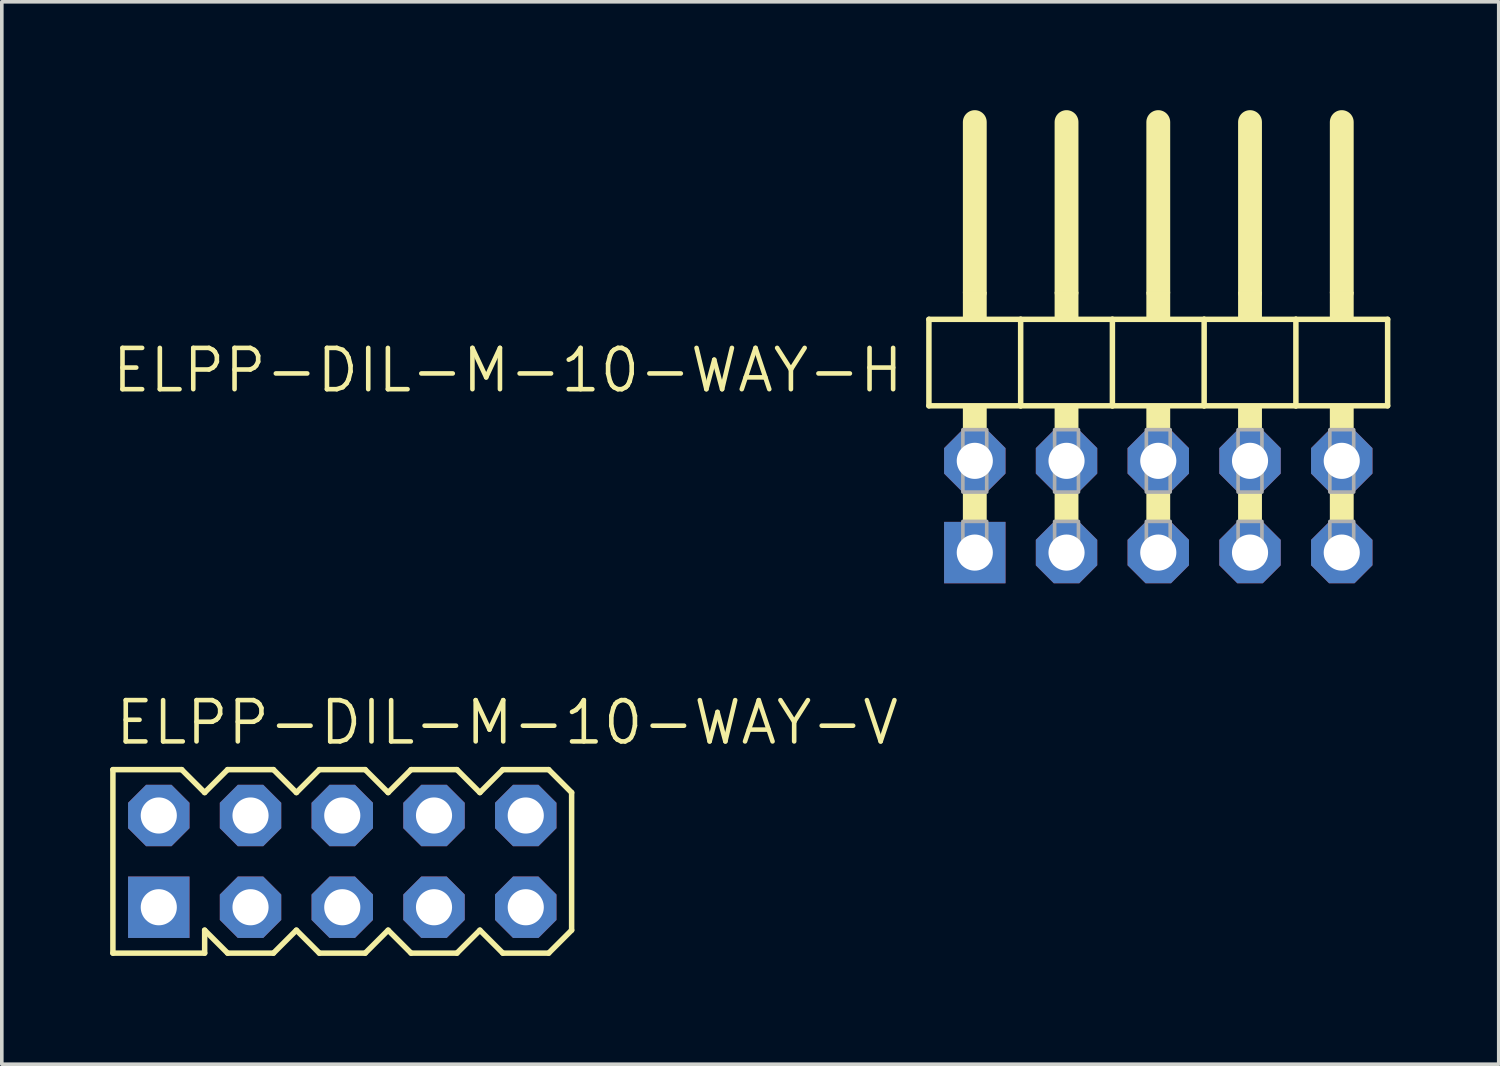
<source format=kicad_pcb>
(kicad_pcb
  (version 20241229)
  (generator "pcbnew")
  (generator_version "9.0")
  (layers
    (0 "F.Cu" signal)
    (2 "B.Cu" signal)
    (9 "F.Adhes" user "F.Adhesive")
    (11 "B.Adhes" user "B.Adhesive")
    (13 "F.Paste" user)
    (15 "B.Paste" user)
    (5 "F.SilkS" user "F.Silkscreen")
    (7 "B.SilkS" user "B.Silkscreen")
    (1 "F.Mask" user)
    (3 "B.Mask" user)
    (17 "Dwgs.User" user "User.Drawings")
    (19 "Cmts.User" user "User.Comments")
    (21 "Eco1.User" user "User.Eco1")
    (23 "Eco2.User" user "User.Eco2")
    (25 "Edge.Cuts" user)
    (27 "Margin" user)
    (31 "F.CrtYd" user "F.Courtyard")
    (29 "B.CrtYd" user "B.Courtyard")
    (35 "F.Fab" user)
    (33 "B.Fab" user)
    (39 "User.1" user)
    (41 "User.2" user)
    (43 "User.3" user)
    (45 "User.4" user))
  (footprint "ELPP-DIL-M-10-WAY-H"
    (layer "F.Cu")
    (at 29.018 10.979)
    (property "Reference" "ELPP-DIL-M-10-WAY-H" (at -6.985 -4.445 0) (unlocked yes) (layer "F.SilkS") (effects (font (size 1.143 1.143) (thickness 0.127)) (justify right top)))
    (fp_line (start -6.35 -5.188) (end -3.81 -5.188) (stroke (width 0.152) (type solid)) (layer "F.SilkS"))
    (fp_line (start -6.35 -2.794) (end -6.35 -5.188) (stroke (width 0.152) (type solid)) (layer "F.SilkS"))
    (fp_line (start -5.08 -5.95) (end -5.08 -10.649) (stroke (width 0.66) (type solid)) (layer "F.SilkS"))
    (fp_line (start -3.81 -5.188) (end -1.27 -5.188) (stroke (width 0.152) (type solid)) (layer "F.SilkS"))
    (fp_line (start -3.81 -2.794) (end -6.35 -2.794) (stroke (width 0.152) (type solid)) (layer "F.SilkS"))
    (fp_line (start -3.81 -2.794) (end -3.81 -5.188) (stroke (width 0.152) (type solid)) (layer "F.SilkS"))
    (fp_line (start -3.81 -2.794) (end -1.27 -2.794) (stroke (width 0.152) (type solid)) (layer "F.SilkS"))
    (fp_line (start -2.54 -5.95) (end -2.54 -10.649) (stroke (width 0.66) (type solid)) (layer "F.SilkS"))
    (fp_line (start -1.27 -5.188) (end 1.27 -5.188) (stroke (width 0.152) (type solid)) (layer "F.SilkS"))
    (fp_line (start -1.27 -2.794) (end -1.27 -5.188) (stroke (width 0.152) (type solid)) (layer "F.SilkS"))
    (fp_line (start 0 -5.95) (end 0 -10.649) (stroke (width 0.66) (type solid)) (layer "F.SilkS"))
    (fp_line (start 1.27 -5.188) (end 3.81 -5.188) (stroke (width 0.152) (type solid)) (layer "F.SilkS"))
    (fp_line (start 1.27 -2.794) (end -1.27 -2.794) (stroke (width 0.152) (type solid)) (layer "F.SilkS"))
    (fp_line (start 1.27 -2.794) (end 1.27 -5.188) (stroke (width 0.152) (type solid)) (layer "F.SilkS"))
    (fp_line (start 2.54 -5.95) (end 2.54 -10.649) (stroke (width 0.66) (type solid)) (layer "F.SilkS"))
    (fp_line (start 3.81 -5.188) (end 6.35 -5.188) (stroke (width 0.152) (type solid)) (layer "F.SilkS"))
    (fp_line (start 3.81 -2.794) (end 1.27 -2.794) (stroke (width 0.152) (type solid)) (layer "F.SilkS"))
    (fp_line (start 3.81 -2.794) (end 3.81 -5.188) (stroke (width 0.152) (type solid)) (layer "F.SilkS"))
    (fp_line (start 5.08 -5.95) (end 5.08 -10.649) (stroke (width 0.66) (type solid)) (layer "F.SilkS"))
    (fp_line (start 6.35 -2.794) (end 3.81 -2.794) (stroke (width 0.152) (type solid)) (layer "F.SilkS"))
    (fp_line (start 6.35 -2.794) (end 6.35 -5.188) (stroke (width 0.152) (type solid)) (layer "F.SilkS"))
    (fp_poly (pts (xy -5.41 -5.188) (xy -4.75 -5.188) (xy -4.75 -5.95) (xy -5.41 -5.95)) (stroke (width 0) (type default)) (fill yes) (layer "F.SilkS"))
    (fp_poly (pts (xy -5.41 -2.134) (xy -4.75 -2.134) (xy -4.75 -2.794) (xy -5.41 -2.794)) (stroke (width 0) (type default)) (fill yes) (layer "F.SilkS"))
    (fp_poly (pts (xy -5.41 0.406) (xy -4.75 0.406) (xy -4.75 -0.406) (xy -5.41 -0.406)) (stroke (width 0) (type default)) (fill yes) (layer "F.SilkS"))
    (fp_poly (pts (xy -2.87 -5.188) (xy -2.21 -5.188) (xy -2.21 -5.95) (xy -2.87 -5.95)) (stroke (width 0) (type default)) (fill yes) (layer "F.SilkS"))
    (fp_poly (pts (xy -2.87 -2.134) (xy -2.21 -2.134) (xy -2.21 -2.794) (xy -2.87 -2.794)) (stroke (width 0) (type default)) (fill yes) (layer "F.SilkS"))
    (fp_poly (pts (xy -2.87 0.406) (xy -2.21 0.406) (xy -2.21 -0.406) (xy -2.87 -0.406)) (stroke (width 0) (type default)) (fill yes) (layer "F.SilkS"))
    (fp_poly (pts (xy -0.33 -5.188) (xy 0.33 -5.188) (xy 0.33 -5.95) (xy -0.33 -5.95)) (stroke (width 0) (type default)) (fill yes) (layer "F.SilkS"))
    (fp_poly (pts (xy -0.33 -2.134) (xy 0.33 -2.134) (xy 0.33 -2.794) (xy -0.33 -2.794)) (stroke (width 0) (type default)) (fill yes) (layer "F.SilkS"))
    (fp_poly (pts (xy -0.33 0.406) (xy 0.33 0.406) (xy 0.33 -0.406) (xy -0.33 -0.406)) (stroke (width 0) (type default)) (fill yes) (layer "F.SilkS"))
    (fp_poly (pts (xy 2.21 -5.188) (xy 2.87 -5.188) (xy 2.87 -5.95) (xy 2.21 -5.95)) (stroke (width 0) (type default)) (fill yes) (layer "F.SilkS"))
    (fp_poly (pts (xy 2.21 -2.134) (xy 2.87 -2.134) (xy 2.87 -2.794) (xy 2.21 -2.794)) (stroke (width 0) (type default)) (fill yes) (layer "F.SilkS"))
    (fp_poly (pts (xy 2.21 0.406) (xy 2.87 0.406) (xy 2.87 -0.406) (xy 2.21 -0.406)) (stroke (width 0) (type default)) (fill yes) (layer "F.SilkS"))
    (fp_poly (pts (xy 4.75 -5.188) (xy 5.41 -5.188) (xy 5.41 -5.95) (xy 4.75 -5.95)) (stroke (width 0) (type default)) (fill yes) (layer "F.SilkS"))
    (fp_poly (pts (xy 4.75 -2.134) (xy 5.41 -2.134) (xy 5.41 -2.794) (xy 4.75 -2.794)) (stroke (width 0) (type default)) (fill yes) (layer "F.SilkS"))
    (fp_poly (pts (xy 4.75 0.406) (xy 5.41 0.406) (xy 5.41 -0.406) (xy 4.75 -0.406)) (stroke (width 0) (type default)) (fill yes) (layer "F.SilkS"))
    (fp_poly (pts (xy -5.41 -0.406) (xy -4.75 -0.406) (xy -4.75 -2.134) (xy -5.41 -2.134)) (stroke (width 0.1) (type default)) (fill no) (layer "F.Fab"))
    (fp_poly (pts (xy -5.41 1.575) (xy -4.75 1.575) (xy -4.75 0.406) (xy -5.41 0.406)) (stroke (width 0.1) (type default)) (fill no) (layer "F.Fab"))
    (fp_poly (pts (xy -2.87 -0.406) (xy -2.21 -0.406) (xy -2.21 -2.134) (xy -2.87 -2.134)) (stroke (width 0.1) (type default)) (fill no) (layer "F.Fab"))
    (fp_poly (pts (xy -2.87 1.575) (xy -2.21 1.575) (xy -2.21 0.406) (xy -2.87 0.406)) (stroke (width 0.1) (type default)) (fill no) (layer "F.Fab"))
    (fp_poly (pts (xy -0.33 -0.406) (xy 0.33 -0.406) (xy 0.33 -2.134) (xy -0.33 -2.134)) (stroke (width 0.1) (type default)) (fill no) (layer "F.Fab"))
    (fp_poly (pts (xy -0.33 1.575) (xy 0.33 1.575) (xy 0.33 0.406) (xy -0.33 0.406)) (stroke (width 0.1) (type default)) (fill no) (layer "F.Fab"))
    (fp_poly (pts (xy 2.21 -0.406) (xy 2.87 -0.406) (xy 2.87 -2.134) (xy 2.21 -2.134)) (stroke (width 0.1) (type default)) (fill no) (layer "F.Fab"))
    (fp_poly (pts (xy 2.21 1.575) (xy 2.87 1.575) (xy 2.87 0.406) (xy 2.21 0.406)) (stroke (width 0.1) (type default)) (fill no) (layer "F.Fab"))
    (fp_poly (pts (xy 4.75 -0.406) (xy 5.41 -0.406) (xy 5.41 -2.134) (xy 4.75 -2.134)) (stroke (width 0.1) (type default)) (fill no) (layer "F.Fab"))
    (fp_poly (pts (xy 4.75 1.575) (xy 5.41 1.575) (xy 5.41 0.406) (xy 4.75 0.406)) (stroke (width 0.1) (type default)) (fill no) (layer "F.Fab"))
    (pad "1" thru_hole rect (at -5.08 1.27) (size 1.7 1.7) (drill 1) (layers "*.Cu" "*.Mask"))
    (pad "2" thru_hole roundrect (at -5.08 -1.27) (size 1.7 1.7) (drill 1) (layers "*.Cu" "*.Mask") (roundrect_rratio 0.25) (chamfer_ratio 0.293) (chamfer top_left top_right bottom_left bottom_right))
    (pad "3" thru_hole roundrect (at -2.54 1.27) (size 1.7 1.7) (drill 1) (layers "*.Cu" "*.Mask") (roundrect_rratio 0.25) (chamfer_ratio 0.293) (chamfer top_left top_right bottom_left bottom_right))
    (pad "4" thru_hole roundrect (at -2.54 -1.27) (size 1.7 1.7) (drill 1) (layers "*.Cu" "*.Mask") (roundrect_rratio 0.25) (chamfer_ratio 0.293) (chamfer top_left top_right bottom_left bottom_right))
    (pad "5" thru_hole roundrect (at 0 1.27) (size 1.7 1.7) (drill 1) (layers "*.Cu" "*.Mask") (roundrect_rratio 0.25) (chamfer_ratio 0.293) (chamfer top_left top_right bottom_left bottom_right))
    (pad "6" thru_hole roundrect (at 0 -1.27) (size 1.7 1.7) (drill 1) (layers "*.Cu" "*.Mask") (roundrect_rratio 0.25) (chamfer_ratio 0.293) (chamfer top_left top_right bottom_left bottom_right))
    (pad "7" thru_hole roundrect (at 2.54 1.27) (size 1.7 1.7) (drill 1) (layers "*.Cu" "*.Mask") (roundrect_rratio 0.25) (chamfer_ratio 0.293) (chamfer top_left top_right bottom_left bottom_right))
    (pad "8" thru_hole roundrect (at 2.54 -1.27) (size 1.7 1.7) (drill 1) (layers "*.Cu" "*.Mask") (roundrect_rratio 0.25) (chamfer_ratio 0.293) (chamfer top_left top_right bottom_left bottom_right))
    (pad "9" thru_hole roundrect (at 5.08 1.27) (size 1.7 1.7) (drill 1) (layers "*.Cu" "*.Mask") (roundrect_rratio 0.25) (chamfer_ratio 0.293) (chamfer top_left top_right bottom_left bottom_right))
    (pad "10" thru_hole roundrect (at 5.08 -1.27) (size 1.7 1.7) (drill 1) (layers "*.Cu" "*.Mask") (roundrect_rratio 0.25) (chamfer_ratio 0.293) (chamfer top_left top_right bottom_left bottom_right)))
  (footprint "ELPP-DIL-M-10-WAY-V"
    (layer "F.Cu")
    (at 6.426 20.798)
    (property "Reference" "ELPP-DIL-M-10-WAY-V" (at -6.35 -3.175 0) (unlocked yes) (layer "F.SilkS") (effects (font (size 1.143 1.143) (thickness 0.127)) (justify left bottom)))
    (fp_line (start -6.35 -2.54) (end -4.445 -2.54) (stroke (width 0.152) (type solid)) (layer "F.SilkS"))
    (fp_line (start -6.35 2.54) (end -6.35 -2.54) (stroke (width 0.152) (type solid)) (layer "F.SilkS"))
    (fp_line (start -6.35 2.54) (end -3.81 2.54) (stroke (width 0.152) (type solid)) (layer "F.SilkS"))
    (fp_line (start -4.445 -2.54) (end -3.81 -1.905) (stroke (width 0.152) (type solid)) (layer "F.SilkS"))
    (fp_line (start -3.81 -1.905) (end -3.175 -2.54) (stroke (width 0.152) (type solid)) (layer "F.SilkS"))
    (fp_line (start -3.81 2.54) (end -3.81 1.905) (stroke (width 0.152) (type solid)) (layer "F.SilkS"))
    (fp_line (start -3.175 -2.54) (end -1.905 -2.54) (stroke (width 0.152) (type solid)) (layer "F.SilkS"))
    (fp_line (start -3.175 2.54) (end -3.81 1.905) (stroke (width 0.152) (type solid)) (layer "F.SilkS"))
    (fp_line (start -1.905 -2.54) (end -1.27 -1.905) (stroke (width 0.152) (type solid)) (layer "F.SilkS"))
    (fp_line (start -1.905 2.54) (end -3.175 2.54) (stroke (width 0.152) (type solid)) (layer "F.SilkS"))
    (fp_line (start -1.27 -1.905) (end -0.635 -2.54) (stroke (width 0.152) (type solid)) (layer "F.SilkS"))
    (fp_line (start -1.27 1.905) (end -1.905 2.54) (stroke (width 0.152) (type solid)) (layer "F.SilkS"))
    (fp_line (start -0.635 -2.54) (end 0.635 -2.54) (stroke (width 0.152) (type solid)) (layer "F.SilkS"))
    (fp_line (start -0.635 2.54) (end -1.27 1.905) (stroke (width 0.152) (type solid)) (layer "F.SilkS"))
    (fp_line (start 0.635 -2.54) (end 1.27 -1.905) (stroke (width 0.152) (type solid)) (layer "F.SilkS"))
    (fp_line (start 0.635 2.54) (end -0.635 2.54) (stroke (width 0.152) (type solid)) (layer "F.SilkS"))
    (fp_line (start 1.27 1.905) (end 0.635 2.54) (stroke (width 0.152) (type solid)) (layer "F.SilkS"))
    (fp_line (start 1.27 1.905) (end 1.905 2.54) (stroke (width 0.152) (type solid)) (layer "F.SilkS"))
    (fp_line (start 1.905 -2.54) (end 1.27 -1.905) (stroke (width 0.152) (type solid)) (layer "F.SilkS"))
    (fp_line (start 1.905 -2.54) (end 3.175 -2.54) (stroke (width 0.152) (type solid)) (layer "F.SilkS"))
    (fp_line (start 3.175 -2.54) (end 3.81 -1.905) (stroke (width 0.152) (type solid)) (layer "F.SilkS"))
    (fp_line (start 3.175 2.54) (end 1.905 2.54) (stroke (width 0.152) (type solid)) (layer "F.SilkS"))
    (fp_line (start 3.81 -1.905) (end 4.445 -2.54) (stroke (width 0.152) (type solid)) (layer "F.SilkS"))
    (fp_line (start 3.81 1.905) (end 3.175 2.54) (stroke (width 0.152) (type solid)) (layer "F.SilkS"))
    (fp_line (start 4.445 -2.54) (end 5.715 -2.54) (stroke (width 0.152) (type solid)) (layer "F.SilkS"))
    (fp_line (start 4.445 2.54) (end 3.81 1.905) (stroke (width 0.152) (type solid)) (layer "F.SilkS"))
    (fp_line (start 5.715 -2.54) (end 6.35 -1.905) (stroke (width 0.152) (type solid)) (layer "F.SilkS"))
    (fp_line (start 5.715 2.54) (end 4.445 2.54) (stroke (width 0.152) (type solid)) (layer "F.SilkS"))
    (fp_line (start 6.35 1.905) (end 5.715 2.54) (stroke (width 0.152) (type solid)) (layer "F.SilkS"))
    (fp_line (start 6.35 1.905) (end 6.35 -1.905) (stroke (width 0.152) (type solid)) (layer "F.SilkS"))
    (fp_poly (pts (xy -5.334 -1.016) (xy -4.826 -1.016) (xy -4.826 -1.524) (xy -5.334 -1.524)) (stroke (width 0.1) (type default)) (fill no) (layer "F.Fab"))
    (fp_poly (pts (xy -5.334 1.524) (xy -4.826 1.524) (xy -4.826 1.016) (xy -5.334 1.016)) (stroke (width 0.1) (type default)) (fill no) (layer "F.Fab"))
    (fp_poly (pts (xy -2.794 -1.016) (xy -2.286 -1.016) (xy -2.286 -1.524) (xy -2.794 -1.524)) (stroke (width 0.1) (type default)) (fill no) (layer "F.Fab"))
    (fp_poly (pts (xy -2.794 1.524) (xy -2.286 1.524) (xy -2.286 1.016) (xy -2.794 1.016)) (stroke (width 0.1) (type default)) (fill no) (layer "F.Fab"))
    (fp_poly (pts (xy -0.254 -1.016) (xy 0.254 -1.016) (xy 0.254 -1.524) (xy -0.254 -1.524)) (stroke (width 0.1) (type default)) (fill no) (layer "F.Fab"))
    (fp_poly (pts (xy -0.254 1.524) (xy 0.254 1.524) (xy 0.254 1.016) (xy -0.254 1.016)) (stroke (width 0.1) (type default)) (fill no) (layer "F.Fab"))
    (fp_poly (pts (xy 2.286 -1.016) (xy 2.794 -1.016) (xy 2.794 -1.524) (xy 2.286 -1.524)) (stroke (width 0.1) (type default)) (fill no) (layer "F.Fab"))
    (fp_poly (pts (xy 2.286 1.524) (xy 2.794 1.524) (xy 2.794 1.016) (xy 2.286 1.016)) (stroke (width 0.1) (type default)) (fill no) (layer "F.Fab"))
    (fp_poly (pts (xy 4.826 -1.016) (xy 5.334 -1.016) (xy 5.334 -1.524) (xy 4.826 -1.524)) (stroke (width 0.1) (type default)) (fill no) (layer "F.Fab"))
    (fp_poly (pts (xy 4.826 1.524) (xy 5.334 1.524) (xy 5.334 1.016) (xy 4.826 1.016)) (stroke (width 0.1) (type default)) (fill no) (layer "F.Fab"))
    (pad "1" thru_hole rect (at -5.08 1.27 90) (size 1.7 1.7) (drill 1) (layers "*.Cu" "*.Mask"))
    (pad "2" thru_hole roundrect (at -5.08 -1.27 90) (size 1.7 1.7) (drill 1) (layers "*.Cu" "*.Mask") (roundrect_rratio 0.25) (chamfer_ratio 0.293) (chamfer top_left top_right bottom_left bottom_right))
    (pad "3" thru_hole roundrect (at -2.54 1.27 90) (size 1.7 1.7) (drill 1) (layers "*.Cu" "*.Mask") (roundrect_rratio 0.25) (chamfer_ratio 0.293) (chamfer top_left top_right bottom_left bottom_right))
    (pad "4" thru_hole roundrect (at -2.54 -1.27 90) (size 1.7 1.7) (drill 1) (layers "*.Cu" "*.Mask") (roundrect_rratio 0.25) (chamfer_ratio 0.293) (chamfer top_left top_right bottom_left bottom_right))
    (pad "5" thru_hole roundrect (at 0 1.27 90) (size 1.7 1.7) (drill 1) (layers "*.Cu" "*.Mask") (roundrect_rratio 0.25) (chamfer_ratio 0.293) (chamfer top_left top_right bottom_left bottom_right))
    (pad "6" thru_hole roundrect (at 0 -1.27 90) (size 1.7 1.7) (drill 1) (layers "*.Cu" "*.Mask") (roundrect_rratio 0.25) (chamfer_ratio 0.293) (chamfer top_left top_right bottom_left bottom_right))
    (pad "7" thru_hole roundrect (at 2.54 1.27 90) (size 1.7 1.7) (drill 1) (layers "*.Cu" "*.Mask") (roundrect_rratio 0.25) (chamfer_ratio 0.293) (chamfer top_left top_right bottom_left bottom_right))
    (pad "8" thru_hole roundrect (at 2.54 -1.27 90) (size 1.7 1.7) (drill 1) (layers "*.Cu" "*.Mask") (roundrect_rratio 0.25) (chamfer_ratio 0.293) (chamfer top_left top_right bottom_left bottom_right))
    (pad "9" thru_hole roundrect (at 5.08 1.27 90) (size 1.7 1.7) (drill 1) (layers "*.Cu" "*.Mask") (roundrect_rratio 0.25) (chamfer_ratio 0.293) (chamfer top_left top_right bottom_left bottom_right))
    (pad "10" thru_hole roundrect (at 5.08 -1.27 90) (size 1.7 1.7) (drill 1) (layers "*.Cu" "*.Mask") (roundrect_rratio 0.25) (chamfer_ratio 0.293) (chamfer top_left top_right bottom_left bottom_right)))
  (gr_rect
    (start -3 -3)
    (end 38.444 26.414)
    (stroke (width 0.1) (type default))
    (fill no)
    (layer "Edge.Cuts")))
</source>
